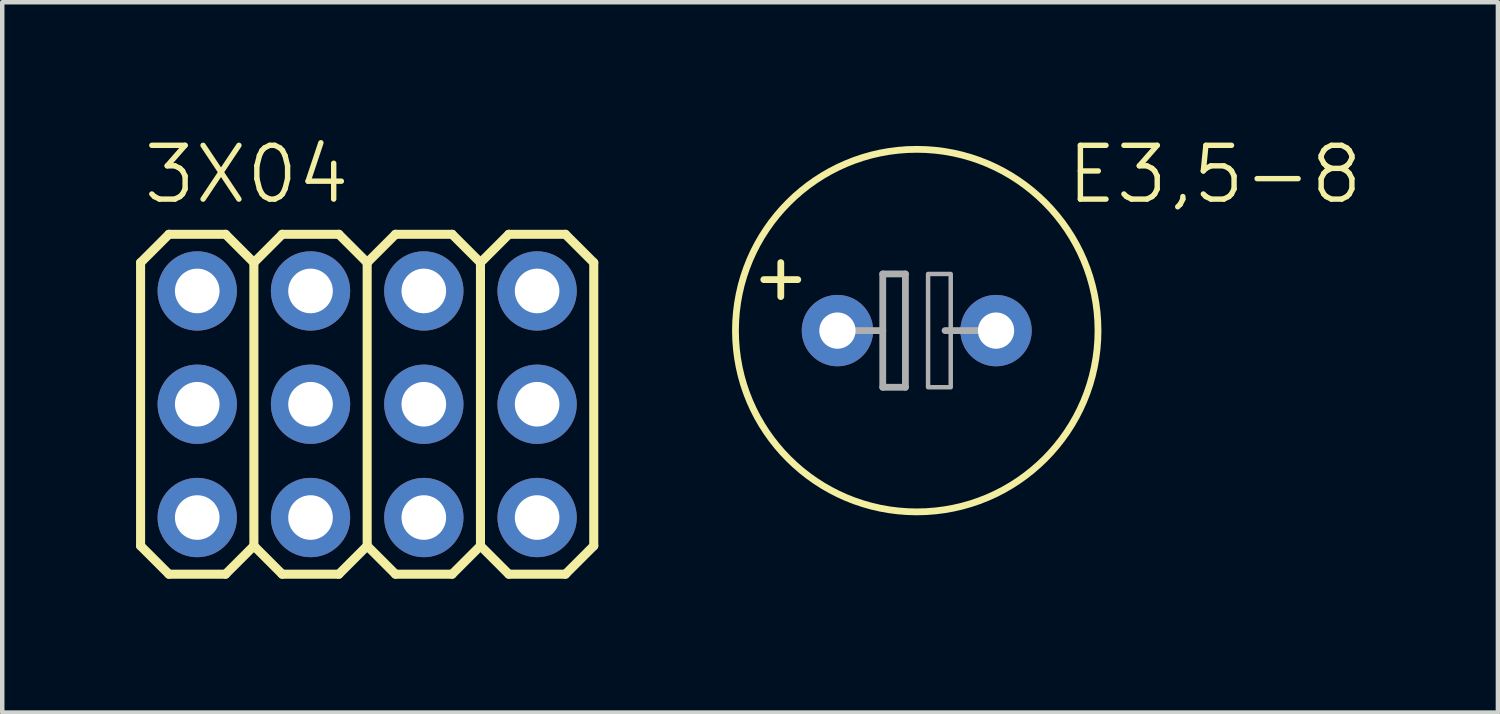
<source format=kicad_pcb>
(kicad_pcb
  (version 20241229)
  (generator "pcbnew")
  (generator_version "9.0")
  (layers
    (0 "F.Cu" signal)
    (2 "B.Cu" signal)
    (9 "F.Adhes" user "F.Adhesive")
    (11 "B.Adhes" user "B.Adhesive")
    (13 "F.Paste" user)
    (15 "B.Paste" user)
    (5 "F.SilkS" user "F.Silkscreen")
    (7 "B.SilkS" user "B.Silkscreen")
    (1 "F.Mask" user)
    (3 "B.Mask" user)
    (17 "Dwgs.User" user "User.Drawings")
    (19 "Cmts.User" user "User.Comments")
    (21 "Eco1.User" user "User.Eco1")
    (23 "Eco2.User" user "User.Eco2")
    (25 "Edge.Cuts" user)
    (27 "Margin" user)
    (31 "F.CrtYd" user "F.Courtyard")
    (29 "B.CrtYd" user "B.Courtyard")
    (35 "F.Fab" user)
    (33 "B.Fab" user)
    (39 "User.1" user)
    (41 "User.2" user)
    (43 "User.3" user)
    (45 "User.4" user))
  (footprint "3X04"
    (layer "F.Cu")
    (at 5.182 6.013)
    (property "Reference" "3X04" (at -5.08 -4.445 180) (layer "F.SilkS") (effects (font (size 1.206 1.206) (thickness 0.121)) (justify left bottom)))
    (attr through_hole)
    (fp_line (start -5.08 -3.175) (end -4.445 -3.81) (stroke (width 0.203) (type solid)) (layer "F.SilkS"))
    (fp_line (start -5.08 3.175) (end -5.08 -3.175) (stroke (width 0.203) (type solid)) (layer "F.SilkS"))
    (fp_line (start -5.08 3.175) (end -4.445 3.81) (stroke (width 0.203) (type solid)) (layer "F.SilkS"))
    (fp_line (start -4.445 -3.81) (end -3.175 -3.81) (stroke (width 0.203) (type solid)) (layer "F.SilkS"))
    (fp_line (start -4.445 3.81) (end -3.175 3.81) (stroke (width 0.203) (type solid)) (layer "F.SilkS"))
    (fp_line (start -3.175 -3.81) (end -2.54 -3.175) (stroke (width 0.203) (type solid)) (layer "F.SilkS"))
    (fp_line (start -3.175 3.81) (end -2.54 3.175) (stroke (width 0.203) (type solid)) (layer "F.SilkS"))
    (fp_line (start -2.54 -3.175) (end -2.54 3.175) (stroke (width 0.203) (type solid)) (layer "F.SilkS"))
    (fp_line (start -2.54 -3.175) (end -1.905 -3.81) (stroke (width 0.203) (type solid)) (layer "F.SilkS"))
    (fp_line (start -2.54 3.175) (end -1.905 3.81) (stroke (width 0.203) (type solid)) (layer "F.SilkS"))
    (fp_line (start -1.905 -3.81) (end -0.635 -3.81) (stroke (width 0.203) (type solid)) (layer "F.SilkS"))
    (fp_line (start -1.905 3.81) (end -0.635 3.81) (stroke (width 0.203) (type solid)) (layer "F.SilkS"))
    (fp_line (start -0.635 -3.81) (end 0 -3.175) (stroke (width 0.203) (type solid)) (layer "F.SilkS"))
    (fp_line (start -0.635 3.81) (end 0 3.175) (stroke (width 0.203) (type solid)) (layer "F.SilkS"))
    (fp_line (start 0 -3.175) (end 0 3.175) (stroke (width 0.203) (type solid)) (layer "F.SilkS"))
    (fp_line (start 0 -3.175) (end 0.635 -3.81) (stroke (width 0.203) (type solid)) (layer "F.SilkS"))
    (fp_line (start 0 3.175) (end 0.635 3.81) (stroke (width 0.203) (type solid)) (layer "F.SilkS"))
    (fp_line (start 0.635 -3.81) (end 1.905 -3.81) (stroke (width 0.203) (type solid)) (layer "F.SilkS"))
    (fp_line (start 0.635 3.81) (end 1.905 3.81) (stroke (width 0.203) (type solid)) (layer "F.SilkS"))
    (fp_line (start 1.905 -3.81) (end 2.54 -3.175) (stroke (width 0.203) (type solid)) (layer "F.SilkS"))
    (fp_line (start 1.905 3.81) (end 2.54 3.175) (stroke (width 0.203) (type solid)) (layer "F.SilkS"))
    (fp_line (start 2.54 -3.175) (end 2.54 3.175) (stroke (width 0.203) (type solid)) (layer "F.SilkS"))
    (fp_line (start 2.54 -3.175) (end 3.175 -3.81) (stroke (width 0.203) (type solid)) (layer "F.SilkS"))
    (fp_line (start 2.54 3.175) (end 3.175 3.81) (stroke (width 0.203) (type solid)) (layer "F.SilkS"))
    (fp_line (start 3.175 -3.81) (end 4.445 -3.81) (stroke (width 0.203) (type solid)) (layer "F.SilkS"))
    (fp_line (start 3.175 3.81) (end 4.445 3.81) (stroke (width 0.203) (type solid)) (layer "F.SilkS"))
    (fp_line (start 4.445 -3.81) (end 5.08 -3.175) (stroke (width 0.203) (type solid)) (layer "F.SilkS"))
    (fp_line (start 4.445 3.81) (end 5.08 3.175) (stroke (width 0.203) (type solid)) (layer "F.SilkS"))
    (fp_line (start 5.08 -3.175) (end 5.08 3.175) (stroke (width 0.203) (type solid)) (layer "F.SilkS"))
    (fp_poly (pts (xy -4.064 -2.286) (xy -3.556 -2.286) (xy -3.556 -2.794) (xy -4.064 -2.794)) (stroke (width 0.1) (type solid)) (fill no) (layer "F.Fab"))
    (fp_poly (pts (xy -4.064 0.254) (xy -3.556 0.254) (xy -3.556 -0.254) (xy -4.064 -0.254)) (stroke (width 0.1) (type solid)) (fill no) (layer "F.Fab"))
    (fp_poly (pts (xy -4.064 2.794) (xy -3.556 2.794) (xy -3.556 2.286) (xy -4.064 2.286)) (stroke (width 0.1) (type solid)) (fill no) (layer "F.Fab"))
    (fp_poly (pts (xy -1.524 -2.286) (xy -1.016 -2.286) (xy -1.016 -2.794) (xy -1.524 -2.794)) (stroke (width 0.1) (type solid)) (fill no) (layer "F.Fab"))
    (fp_poly (pts (xy -1.524 0.254) (xy -1.016 0.254) (xy -1.016 -0.254) (xy -1.524 -0.254)) (stroke (width 0.1) (type solid)) (fill no) (layer "F.Fab"))
    (fp_poly (pts (xy -1.524 2.794) (xy -1.016 2.794) (xy -1.016 2.286) (xy -1.524 2.286)) (stroke (width 0.1) (type solid)) (fill no) (layer "F.Fab"))
    (fp_poly (pts (xy 1.016 -2.286) (xy 1.524 -2.286) (xy 1.524 -2.794) (xy 1.016 -2.794)) (stroke (width 0.1) (type solid)) (fill no) (layer "F.Fab"))
    (fp_poly (pts (xy 1.016 0.254) (xy 1.524 0.254) (xy 1.524 -0.254) (xy 1.016 -0.254)) (stroke (width 0.1) (type solid)) (fill no) (layer "F.Fab"))
    (fp_poly (pts (xy 1.016 2.794) (xy 1.524 2.794) (xy 1.524 2.286) (xy 1.016 2.286)) (stroke (width 0.1) (type solid)) (fill no) (layer "F.Fab"))
    (fp_poly (pts (xy 3.556 -2.286) (xy 4.064 -2.286) (xy 4.064 -2.794) (xy 3.556 -2.794)) (stroke (width 0.1) (type solid)) (fill no) (layer "F.Fab"))
    (fp_poly (pts (xy 3.556 0.254) (xy 4.064 0.254) (xy 4.064 -0.254) (xy 3.556 -0.254)) (stroke (width 0.1) (type solid)) (fill no) (layer "F.Fab"))
    (fp_poly (pts (xy 3.556 2.794) (xy 4.064 2.794) (xy 4.064 2.286) (xy 3.556 2.286)) (stroke (width 0.1) (type solid)) (fill no) (layer "F.Fab"))
    (pad "1" thru_hole circle (at -3.81 2.54) (size 1.778 1.778) (drill 1) (layers "*.Cu" "*.Mask"))
    (pad "2" thru_hole circle (at -3.81 0) (size 1.778 1.778) (drill 1) (layers "*.Cu" "*.Mask"))
    (pad "3" thru_hole circle (at -3.81 -2.54) (size 1.778 1.778) (drill 1) (layers "*.Cu" "*.Mask"))
    (pad "4" thru_hole circle (at -1.27 2.54) (size 1.778 1.778) (drill 1) (layers "*.Cu" "*.Mask"))
    (pad "5" thru_hole circle (at -1.27 0) (size 1.778 1.778) (drill 1) (layers "*.Cu" "*.Mask"))
    (pad "6" thru_hole circle (at -1.27 -2.54) (size 1.778 1.778) (drill 1) (layers "*.Cu" "*.Mask"))
    (pad "7" thru_hole circle (at 1.27 2.54) (size 1.778 1.778) (drill 1) (layers "*.Cu" "*.Mask"))
    (pad "8" thru_hole circle (at 1.27 0) (size 1.778 1.778) (drill 1) (layers "*.Cu" "*.Mask"))
    (pad "9" thru_hole circle (at 1.27 -2.54) (size 1.778 1.778) (drill 1) (layers "*.Cu" "*.Mask"))
    (pad "10" thru_hole circle (at 3.81 2.54) (size 1.778 1.778) (drill 1) (layers "*.Cu" "*.Mask"))
    (pad "11" thru_hole circle (at 3.81 0) (size 1.778 1.778) (drill 1) (layers "*.Cu" "*.Mask"))
    (pad "12" thru_hole circle (at 3.81 -2.54) (size 1.778 1.778) (drill 1) (layers "*.Cu" "*.Mask")))
  (footprint "E3,5-8"
    (layer "F.Cu")
    (at 17.503 4.362)
    (property "Reference" "E3,5-8" (at 3.302 -2.794 180) (layer "F.SilkS") (effects (font (size 1.206 1.206) (thickness 0.121)) (justify left bottom)))
    (attr through_hole)
    (fp_line (start -3.429 -1.143) (end -2.667 -1.143) (stroke (width 0.152) (type solid)) (layer "F.SilkS"))
    (fp_line (start -3.048 -0.762) (end -3.048 -1.524) (stroke (width 0.152) (type solid)) (layer "F.SilkS"))
    (fp_circle (center 0 0) (end 4.064 0) (stroke (width 0.152) (type solid)) (fill no) (layer "F.SilkS"))
    (fp_line (start -1.651 0) (end -0.762 0) (stroke (width 0.152) (type solid)) (layer "F.Fab"))
    (fp_line (start -0.762 -1.27) (end -0.762 0) (stroke (width 0.152) (type solid)) (layer "F.Fab"))
    (fp_line (start -0.762 0) (end -0.762 1.27) (stroke (width 0.152) (type solid)) (layer "F.Fab"))
    (fp_line (start -0.762 1.27) (end -0.254 1.27) (stroke (width 0.152) (type solid)) (layer "F.Fab"))
    (fp_line (start -0.254 -1.27) (end -0.762 -1.27) (stroke (width 0.152) (type solid)) (layer "F.Fab"))
    (fp_line (start -0.254 1.27) (end -0.254 -1.27) (stroke (width 0.152) (type solid)) (layer "F.Fab"))
    (fp_line (start 0.635 0) (end 1.651 0) (stroke (width 0.152) (type solid)) (layer "F.Fab"))
    (fp_poly (pts (xy 0.254 1.27) (xy 0.762 1.27) (xy 0.762 -1.27) (xy 0.254 -1.27)) (stroke (width 0.1) (type solid)) (fill no) (layer "F.Fab"))
    (pad "+" thru_hole circle (at -1.778 0) (size 1.6 1.6) (drill 0.813) (layers "*.Cu" "*.Mask"))
    (pad "-" thru_hole circle (at 1.778 0) (size 1.6 1.6) (drill 0.813) (layers "*.Cu" "*.Mask")))
  (gr_rect
    (start -3 -3)
    (end 30.533 12.925)
    (stroke (width 0.1) (type default))
    (fill no)
    (layer "Edge.Cuts")))
</source>
